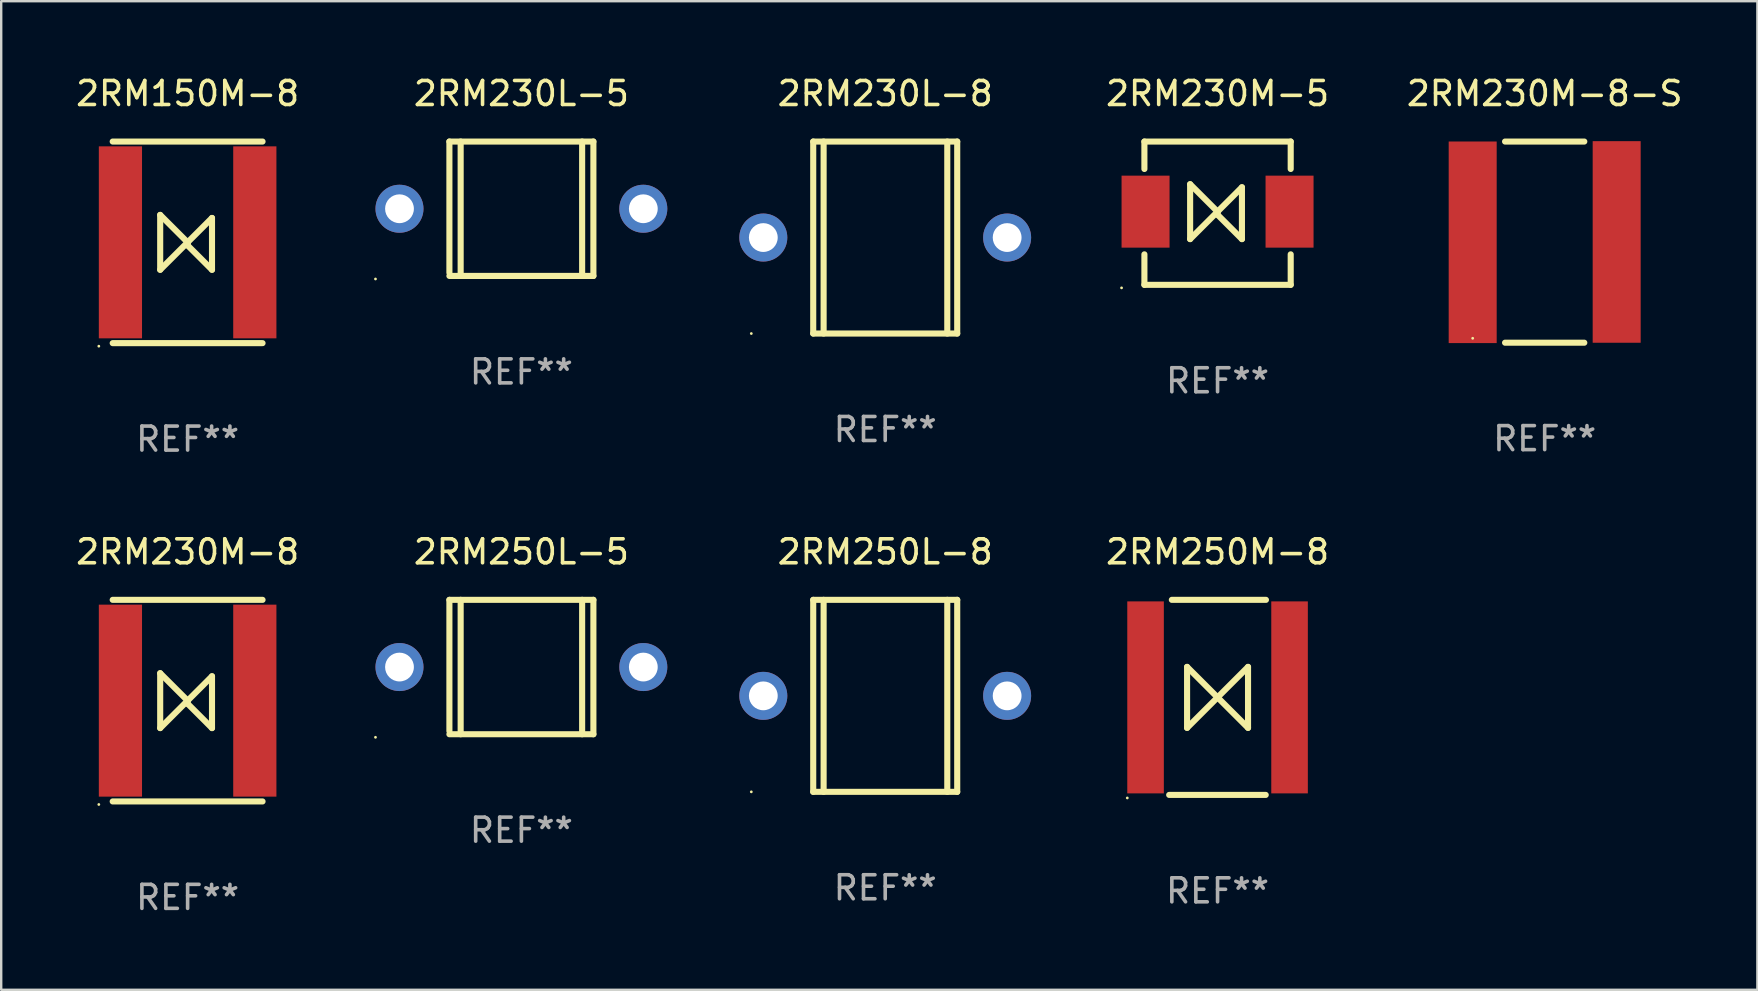
<source format=kicad_pcb>
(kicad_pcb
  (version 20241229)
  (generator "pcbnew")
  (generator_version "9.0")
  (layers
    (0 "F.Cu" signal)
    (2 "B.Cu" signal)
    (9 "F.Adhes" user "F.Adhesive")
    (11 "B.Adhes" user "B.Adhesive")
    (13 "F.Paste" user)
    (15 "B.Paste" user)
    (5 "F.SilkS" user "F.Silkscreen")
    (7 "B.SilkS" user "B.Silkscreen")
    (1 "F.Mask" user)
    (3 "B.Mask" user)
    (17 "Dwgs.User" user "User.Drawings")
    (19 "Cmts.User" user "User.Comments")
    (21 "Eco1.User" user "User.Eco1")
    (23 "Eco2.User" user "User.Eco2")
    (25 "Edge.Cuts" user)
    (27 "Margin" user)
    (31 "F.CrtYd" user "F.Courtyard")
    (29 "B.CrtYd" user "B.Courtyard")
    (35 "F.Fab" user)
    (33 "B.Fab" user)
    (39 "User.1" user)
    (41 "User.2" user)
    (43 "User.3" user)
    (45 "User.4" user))
  (footprint "2RM230M-8-S"
    (layer "F.Cu")
    (at 61.315 7.039)
    (property "Reference" "2RM230M-8-S" (at 0 -6.191 0) (layer "F.SilkS") (effects (font (size 1 1) (thickness 0.15))))
    (attr through_hole)
    (fp_line (start -1.651 -4.191) (end 1.651 -4.191) (stroke (width 0.254) (type solid)) (layer "F.SilkS"))
    (fp_line (start 1.651 4.191) (end -1.651 4.191) (stroke (width 0.254) (type solid)) (layer "F.SilkS"))
    (fp_circle (center -3 4.007) (end -2.97 4.007) (stroke (width 0.06) (type solid)) (fill no) (layer "F.SilkS"))
    (fp_text user "REF**" (at 0 8.191 0) (layer "F.Fab") (effects (font (size 1 1) (thickness 0.15))))
    (pad "1" smd rect (at -3 0.007) (size 2 8.4) (layers "F.Cu" "F.Mask" "F.Paste"))
    (pad "2" smd rect (at 3 -0.007) (size 2 8.4) (layers "F.Cu" "F.Mask" "F.Paste")))
  (footprint "2RM230M-5"
    (layer "F.Cu")
    (at 47.684 5.833)
    (property "Reference" "2RM230M-5" (at 0 -4.985 0) (layer "F.SilkS") (effects (font (size 1 1) (thickness 0.15))))
    (attr through_hole)
    (fp_line (start -3.048 -2.985) (end 3.048 -2.985) (stroke (width 0.254) (type solid)) (layer "F.SilkS"))
    (fp_line (start -3.048 -1.842) (end -3.048 -2.985) (stroke (width 0.254) (type solid)) (layer "F.SilkS"))
    (fp_line (start -3.048 1.715) (end -3.048 2.985) (stroke (width 0.254) (type solid)) (layer "F.SilkS"))
    (fp_line (start -3.048 2.985) (end 3.048 2.985) (stroke (width 0.254) (type solid)) (layer "F.SilkS"))
    (fp_line (start -1.143 1.08) (end -1.143 -1.207) (stroke (width 0.254) (type solid)) (layer "F.SilkS"))
    (fp_line (start 0 -0.064) (end -1.143 -1.207) (stroke (width 0.254) (type solid)) (layer "F.SilkS"))
    (fp_line (start 0 -0.064) (end -1.143 1.08) (stroke (width 0.254) (type solid)) (layer "F.SilkS"))
    (fp_line (start 0 -0.064) (end 0 0.064) (stroke (width 0.254) (type solid)) (layer "F.SilkS"))
    (fp_line (start 0 -0.064) (end 1.016 -1.08) (stroke (width 0.254) (type solid)) (layer "F.SilkS"))
    (fp_line (start 0 0.064) (end 1.016 1.08) (stroke (width 0.254) (type solid)) (layer "F.SilkS"))
    (fp_line (start 1.016 1.08) (end 1.016 -1.08) (stroke (width 0.254) (type solid)) (layer "F.SilkS"))
    (fp_line (start 3.048 -2.985) (end 3.048 -1.842) (stroke (width 0.254) (type solid)) (layer "F.SilkS"))
    (fp_line (start 3.048 2.985) (end 3.048 1.715) (stroke (width 0.254) (type solid)) (layer "F.SilkS"))
    (fp_circle (center -4 3.112) (end -3.97 3.112) (stroke (width 0.06) (type solid)) (fill no) (layer "F.SilkS"))
    (fp_text user "REF**" (at 0 6.985 0) (layer "F.Fab") (effects (font (size 1 1) (thickness 0.15))))
    (pad "1" smd rect (at -3 -0.064) (size 2 3) (layers "F.Cu" "F.Mask" "F.Paste"))
    (pad "2" smd rect (at 3 -0.064) (size 2 3) (layers "F.Cu" "F.Mask" "F.Paste")))
  (footprint "2RM250L-5"
    (layer "F.Cu")
    (at 18.676 24.745)
    (property "Reference" "2RM250L-5" (at 0 -4.8 0) (layer "F.SilkS") (effects (font (size 1 1) (thickness 0.15))))
    (attr through_hole)
    (fp_line (start -3 -2.8) (end -3 2.667) (stroke (width 0.254) (type solid)) (layer "F.SilkS"))
    (fp_line (start -3 -2.8) (end 3 -2.8) (stroke (width 0.254) (type solid)) (layer "F.SilkS"))
    (fp_line (start -3 2.8) (end 3 2.8) (stroke (width 0.254) (type solid)) (layer "F.SilkS"))
    (fp_line (start -2.531 -2.8) (end -2.531 2.8) (stroke (width 0.254) (type solid)) (layer "F.SilkS"))
    (fp_line (start 2.531 -2.8) (end 2.531 2.8) (stroke (width 0.254) (type solid)) (layer "F.SilkS"))
    (fp_line (start 3 -2.8) (end 3 2.8) (stroke (width 0.254) (type solid)) (layer "F.SilkS"))
    (fp_circle (center -6.08 2.927) (end -6.05 2.927) (stroke (width 0.06) (type solid)) (fill no) (layer "F.SilkS"))
    (fp_text user "REF**" (at 0 6.8 0) (layer "F.Fab") (effects (font (size 1 1) (thickness 0.15))))
    (pad "1" thru_hole circle (at -5.08 0) (size 2 2) (drill 1.2) (layers "*.Cu" "*.Mask"))
    (pad "2" thru_hole circle (at 5.08 0) (size 2 2) (drill 1.2) (layers "*.Cu" "*.Mask")))
  (footprint "2RM230L-8"
    (layer "F.Cu")
    (at 33.836 6.848)
    (property "Reference" "2RM230L-8" (at 0 -6 0) (layer "F.SilkS") (effects (font (size 1 1) (thickness 0.15))))
    (attr through_hole)
    (fp_line (start -3 -4) (end -3 4) (stroke (width 0.254) (type solid)) (layer "F.SilkS"))
    (fp_line (start -3 -4) (end 3 -4) (stroke (width 0.254) (type solid)) (layer "F.SilkS"))
    (fp_line (start -3 4) (end 3 4) (stroke (width 0.254) (type solid)) (layer "F.SilkS"))
    (fp_line (start -2.567 -4) (end -2.567 4) (stroke (width 0.254) (type solid)) (layer "F.SilkS"))
    (fp_line (start 2.586 -4) (end 2.586 4) (stroke (width 0.254) (type solid)) (layer "F.SilkS"))
    (fp_line (start 3 -4) (end 3 4) (stroke (width 0.254) (type solid)) (layer "F.SilkS"))
    (fp_circle (center -5.58 4) (end -5.55 4) (stroke (width 0.06) (type solid)) (fill no) (layer "F.SilkS"))
    (fp_text user "REF**" (at 0 8 0) (layer "F.Fab") (effects (font (size 1 1) (thickness 0.15))))
    (pad "1" thru_hole circle (at -5.08 0) (size 2 2) (drill 1.2) (layers "*.Cu" "*.Mask"))
    (pad "2" thru_hole circle (at 5.08 0) (size 2 2) (drill 1.2) (layers "*.Cu" "*.Mask")))
  (footprint "2RM250L-8"
    (layer "F.Cu")
    (at 33.836 25.945)
    (property "Reference" "2RM250L-8" (at 0 -6 0) (layer "F.SilkS") (effects (font (size 1 1) (thickness 0.15))))
    (attr through_hole)
    (fp_line (start -3 -4) (end -3 4) (stroke (width 0.254) (type solid)) (layer "F.SilkS"))
    (fp_line (start -3 -4) (end 3 -4) (stroke (width 0.254) (type solid)) (layer "F.SilkS"))
    (fp_line (start -3 4) (end 3 4) (stroke (width 0.254) (type solid)) (layer "F.SilkS"))
    (fp_line (start -2.567 -4) (end -2.567 4) (stroke (width 0.254) (type solid)) (layer "F.SilkS"))
    (fp_line (start 2.586 -4) (end 2.586 4) (stroke (width 0.254) (type solid)) (layer "F.SilkS"))
    (fp_line (start 3 -4) (end 3 4) (stroke (width 0.254) (type solid)) (layer "F.SilkS"))
    (fp_circle (center -5.58 4) (end -5.55 4) (stroke (width 0.06) (type solid)) (fill no) (layer "F.SilkS"))
    (fp_text user "REF**" (at 0 8 0) (layer "F.Fab") (effects (font (size 1 1) (thickness 0.15))))
    (pad "1" thru_hole circle (at -5.08 0) (size 2 2) (drill 1.2) (layers "*.Cu" "*.Mask"))
    (pad "2" thru_hole circle (at 5.08 0) (size 2 2) (drill 1.2) (layers "*.Cu" "*.Mask")))
  (footprint "2RM230L-5"
    (layer "F.Cu")
    (at 18.676 5.648)
    (property "Reference" "2RM230L-5" (at 0 -4.8 0) (layer "F.SilkS") (effects (font (size 1 1) (thickness 0.15))))
    (attr through_hole)
    (fp_line (start -3 -2.8) (end -3 2.667) (stroke (width 0.254) (type solid)) (layer "F.SilkS"))
    (fp_line (start -3 -2.8) (end 3 -2.8) (stroke (width 0.254) (type solid)) (layer "F.SilkS"))
    (fp_line (start -3 2.8) (end 3 2.8) (stroke (width 0.254) (type solid)) (layer "F.SilkS"))
    (fp_line (start -2.531 -2.8) (end -2.531 2.8) (stroke (width 0.254) (type solid)) (layer "F.SilkS"))
    (fp_line (start 2.531 -2.8) (end 2.531 2.8) (stroke (width 0.254) (type solid)) (layer "F.SilkS"))
    (fp_line (start 3 -2.8) (end 3 2.8) (stroke (width 0.254) (type solid)) (layer "F.SilkS"))
    (fp_circle (center -6.08 2.927) (end -6.05 2.927) (stroke (width 0.06) (type solid)) (fill no) (layer "F.SilkS"))
    (fp_text user "REF**" (at 0 6.8 0) (layer "F.Fab") (effects (font (size 1 1) (thickness 0.15))))
    (pad "1" thru_hole circle (at -5.08 0) (size 2 2) (drill 1.2) (layers "*.Cu" "*.Mask"))
    (pad "2" thru_hole circle (at 5.08 0) (size 2 2) (drill 1.2) (layers "*.Cu" "*.Mask")))
  (footprint "2RM230M-8"
    (layer "F.Cu")
    (at 4.768 26.145)
    (property "Reference" "2RM230M-8" (at 0 -6.2 0) (layer "F.SilkS") (effects (font (size 1 1) (thickness 0.15))))
    (attr through_hole)
    (fp_line (start -3.122 -4.2) (end 3.122 -4.2) (stroke (width 0.254) (type solid)) (layer "F.SilkS"))
    (fp_line (start -3.122 4.2) (end 3.122 4.2) (stroke (width 0.254) (type solid)) (layer "F.SilkS"))
    (fp_line (start -1.143 1.143) (end -1.143 -1.143) (stroke (width 0.254) (type solid)) (layer "F.SilkS"))
    (fp_line (start 0 0) (end -1.143 -1.143) (stroke (width 0.254) (type solid)) (layer "F.SilkS"))
    (fp_line (start 0 0) (end -1.143 1.143) (stroke (width 0.254) (type solid)) (layer "F.SilkS"))
    (fp_line (start 0 0) (end 0 0.127) (stroke (width 0.254) (type solid)) (layer "F.SilkS"))
    (fp_line (start 0 0) (end 1.016 -1.016) (stroke (width 0.254) (type solid)) (layer "F.SilkS"))
    (fp_line (start 0 0.127) (end 1.016 1.143) (stroke (width 0.254) (type solid)) (layer "F.SilkS"))
    (fp_line (start 1.016 1.143) (end 1.016 -1.016) (stroke (width 0.254) (type solid)) (layer "F.SilkS"))
    (fp_circle (center -3.7 4.327) (end -3.67 4.327) (stroke (width 0.06) (type solid)) (fill no) (layer "F.SilkS"))
    (fp_text user "REF**" (at 0 8.2 0) (layer "F.Fab") (effects (font (size 1 1) (thickness 0.15))))
    (pad "1" smd rect (at -2.8 0) (size 1.8 8) (layers "F.Cu" "F.Mask" "F.Paste"))
    (pad "2" smd rect (at 2.8 0) (size 1.8 8) (layers "F.Cu" "F.Mask" "F.Paste")))
  (footprint "2RM150M-8"
    (layer "F.Cu")
    (at 4.768 7.048)
    (property "Reference" "2RM150M-8" (at 0 -6.2 0) (layer "F.SilkS") (effects (font (size 1 1) (thickness 0.15))))
    (attr through_hole)
    (fp_line (start -3.122 -4.2) (end 3.122 -4.2) (stroke (width 0.254) (type solid)) (layer "F.SilkS"))
    (fp_line (start -3.122 4.2) (end 3.122 4.2) (stroke (width 0.254) (type solid)) (layer "F.SilkS"))
    (fp_line (start -1.143 1.143) (end -1.143 -1.143) (stroke (width 0.254) (type solid)) (layer "F.SilkS"))
    (fp_line (start 0 0) (end -1.143 -1.143) (stroke (width 0.254) (type solid)) (layer "F.SilkS"))
    (fp_line (start 0 0) (end -1.143 1.143) (stroke (width 0.254) (type solid)) (layer "F.SilkS"))
    (fp_line (start 0 0) (end 0 0.127) (stroke (width 0.254) (type solid)) (layer "F.SilkS"))
    (fp_line (start 0 0) (end 1.016 -1.016) (stroke (width 0.254) (type solid)) (layer "F.SilkS"))
    (fp_line (start 0 0.127) (end 1.016 1.143) (stroke (width 0.254) (type solid)) (layer "F.SilkS"))
    (fp_line (start 1.016 1.143) (end 1.016 -1.016) (stroke (width 0.254) (type solid)) (layer "F.SilkS"))
    (fp_circle (center -3.7 4.327) (end -3.67 4.327) (stroke (width 0.06) (type solid)) (fill no) (layer "F.SilkS"))
    (fp_text user "REF**" (at 0 8.2 0) (layer "F.Fab") (effects (font (size 1 1) (thickness 0.15))))
    (pad "1" smd rect (at -2.8 0) (size 1.8 8) (layers "F.Cu" "F.Mask" "F.Paste"))
    (pad "2" smd rect (at 2.8 0) (size 1.8 8) (layers "F.Cu" "F.Mask" "F.Paste")))
  (footprint "2RM250M-8"
    (layer "F.Cu")
    (at 47.684 26.009)
    (property "Reference" "2RM250M-8" (at 0 -6.064 0) (layer "F.SilkS") (effects (font (size 1 1) (thickness 0.15))))
    (attr through_hole)
    (fp_line (start -2.016 4.064) (end 2.007 4.064) (stroke (width 0.254) (type solid)) (layer "F.SilkS"))
    (fp_line (start -1.905 -4.064) (end 2.016 -4.064) (stroke (width 0.254) (type solid)) (layer "F.SilkS"))
    (fp_line (start -1.27 -1.27) (end -1.27 1.27) (stroke (width 0.254) (type solid)) (layer "F.SilkS"))
    (fp_line (start -1.27 -1.27) (end 1.27 1.27) (stroke (width 0.254) (type solid)) (layer "F.SilkS"))
    (fp_line (start -1.27 1.27) (end 1.27 -1.27) (stroke (width 0.254) (type solid)) (layer "F.SilkS"))
    (fp_line (start 1.27 1.27) (end 1.27 -1.27) (stroke (width 0.254) (type solid)) (layer "F.SilkS"))
    (fp_circle (center -3.762 4.191) (end -3.732 4.191) (stroke (width 0.06) (type solid)) (fill no) (layer "F.SilkS"))
    (fp_text user "REF**" (at 0 8.064 0) (layer "F.Fab") (effects (font (size 1 1) (thickness 0.15))))
    (pad "1" smd rect (at -3 0) (size 1.524 8) (layers "F.Cu" "F.Mask" "F.Paste"))
    (pad "2" smd rect (at 3 0) (size 1.524 8) (layers "F.Cu" "F.Mask" "F.Paste")))
  (gr_rect
    (start -3 -3)
    (end 70.178 38.193)
    (stroke (width 0.1) (type default))
    (fill no)
    (layer "Edge.Cuts")))
</source>
